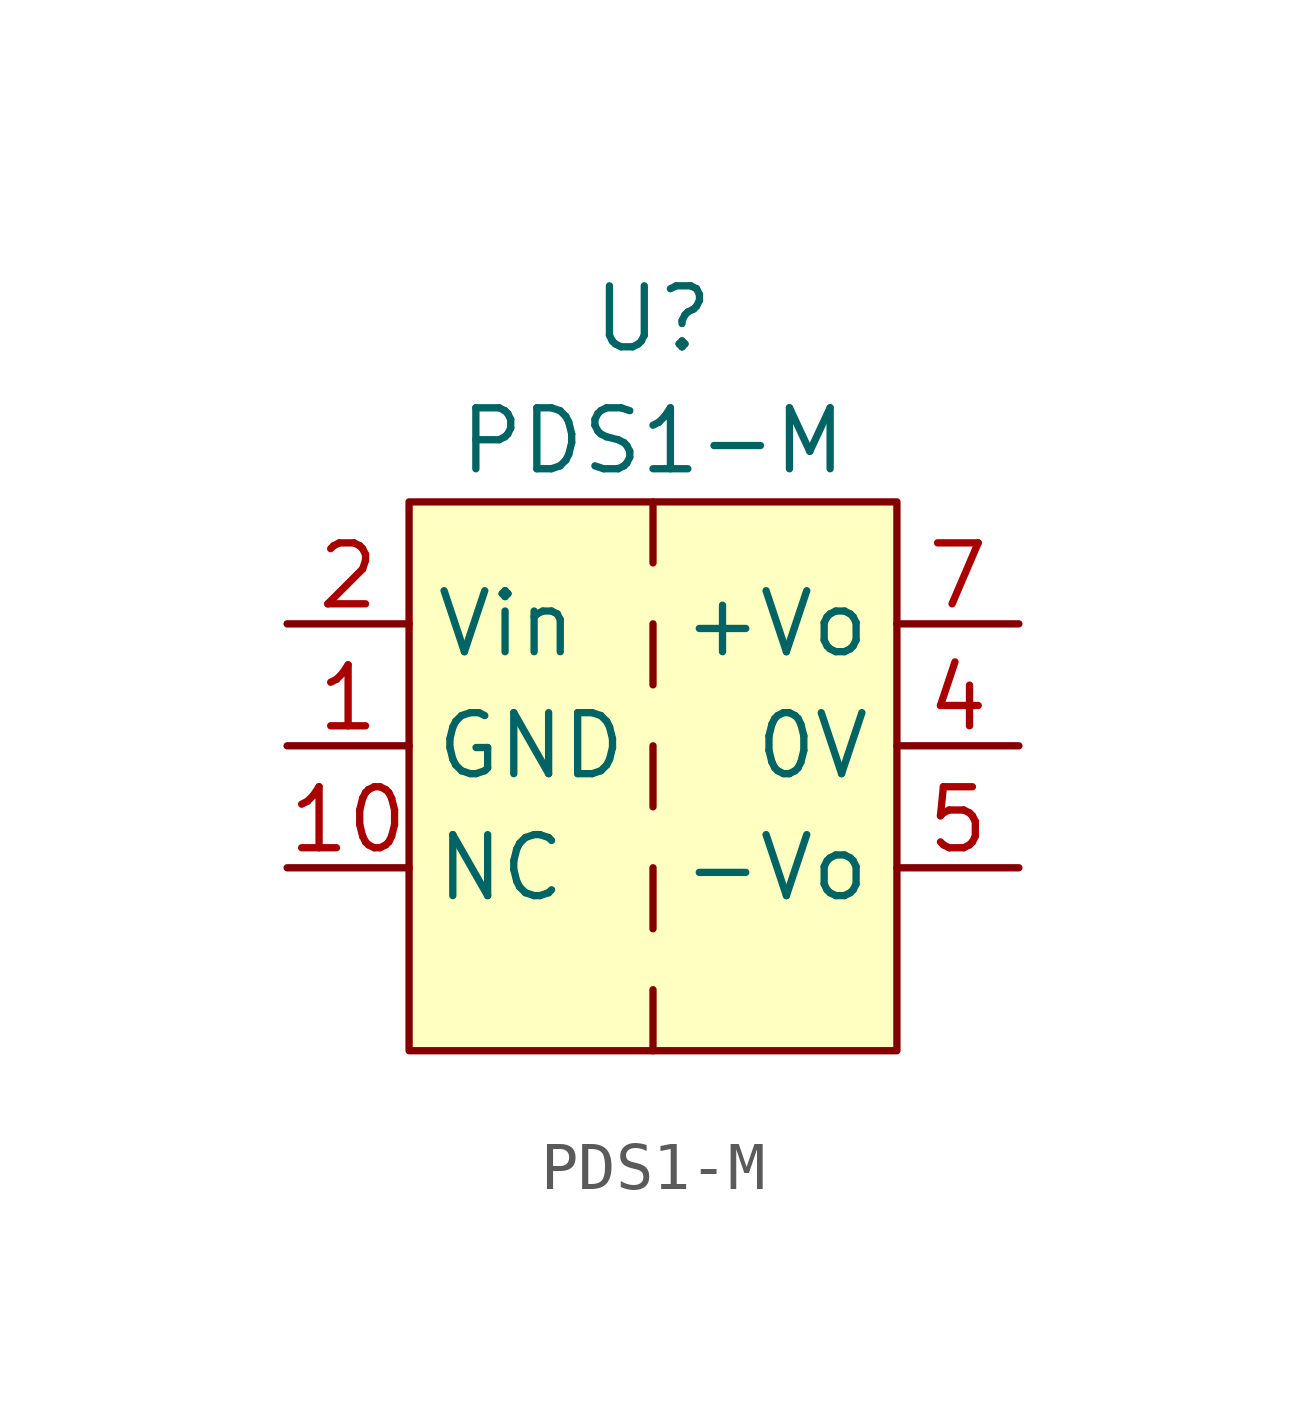
<source format=kicad_sym>
(kicad_symbol_lib
  (version 20211014)
  (generator kicad_symbol_editor)
  (symbol "PDS1-M"
    (property "Reference" "U"
      (at 0 8.89 0)
      (effects (font (size 1.27 1.27))))
    (property "Value" "PDS1-M"
      (at 0 6.35 0)
      (effects (font (size 1.27 1.27))))
    (symbol "PDS1-M_0_1"
      (rectangle (start -5.08 5.08) (end 5.08 -6.35) (stroke (width 0) (type default) (color 0 0 0 0)) (fill (type background)))
      (polyline (pts (xy 0 -5.08) (xy 0 -6.35)) (stroke (width 0) (type default) (color 0 0 0 0)) (fill (type none)))
      (polyline (pts (xy 0 -2.54) (xy 0 -3.81)) (stroke (width 0) (type default) (color 0 0 0 0)) (fill (type none)))
      (polyline (pts (xy 0 0) (xy 0 -1.27)) (stroke (width 0) (type default) (color 0 0 0 0)) (fill (type none)))
      (polyline (pts (xy 0 2.54) (xy 0 1.27)) (stroke (width 0) (type default) (color 0 0 0 0)) (fill (type none)))
      (polyline (pts (xy 0 5.08) (xy 0 3.81)) (stroke (width 0) (type default) (color 0 0 0 0)) (fill (type none))))
    (symbol "PDS1-M_1_1"
      (pin input line (at -7.62 0 0) (length 2.54) (name "GND" (effects (font (size 1.27 1.27)))) (number "1" (effects (font (size 1.27 1.27)))))
      (pin passive line (at -7.62 -2.54 0) (length 2.54) (name "NC" (effects (font (size 1.27 1.27)))) (number "10" (effects (font (size 1.27 1.27)))))
      (pin power_in line (at -7.62 2.54 0) (length 2.54) (name "Vin" (effects (font (size 1.27 1.27)))) (number "2" (effects (font (size 1.27 1.27)))))
      (pin power_out line (at 7.62 0 180) (length 2.54) (name "0V" (effects (font (size 1.27 1.27)))) (number "4" (effects (font (size 1.27 1.27)))))
      (pin power_out line (at 7.62 -2.54 180) (length 2.54) (name "-Vo" (effects (font (size 1.27 1.27)))) (number "5" (effects (font (size 1.27 1.27)))))
      (pin power_out line (at 7.62 2.54 180) (length 2.54) (name "+Vo" (effects (font (size 1.27 1.27)))) (number "7" (effects (font (size 1.27 1.27))))))))
</source>
